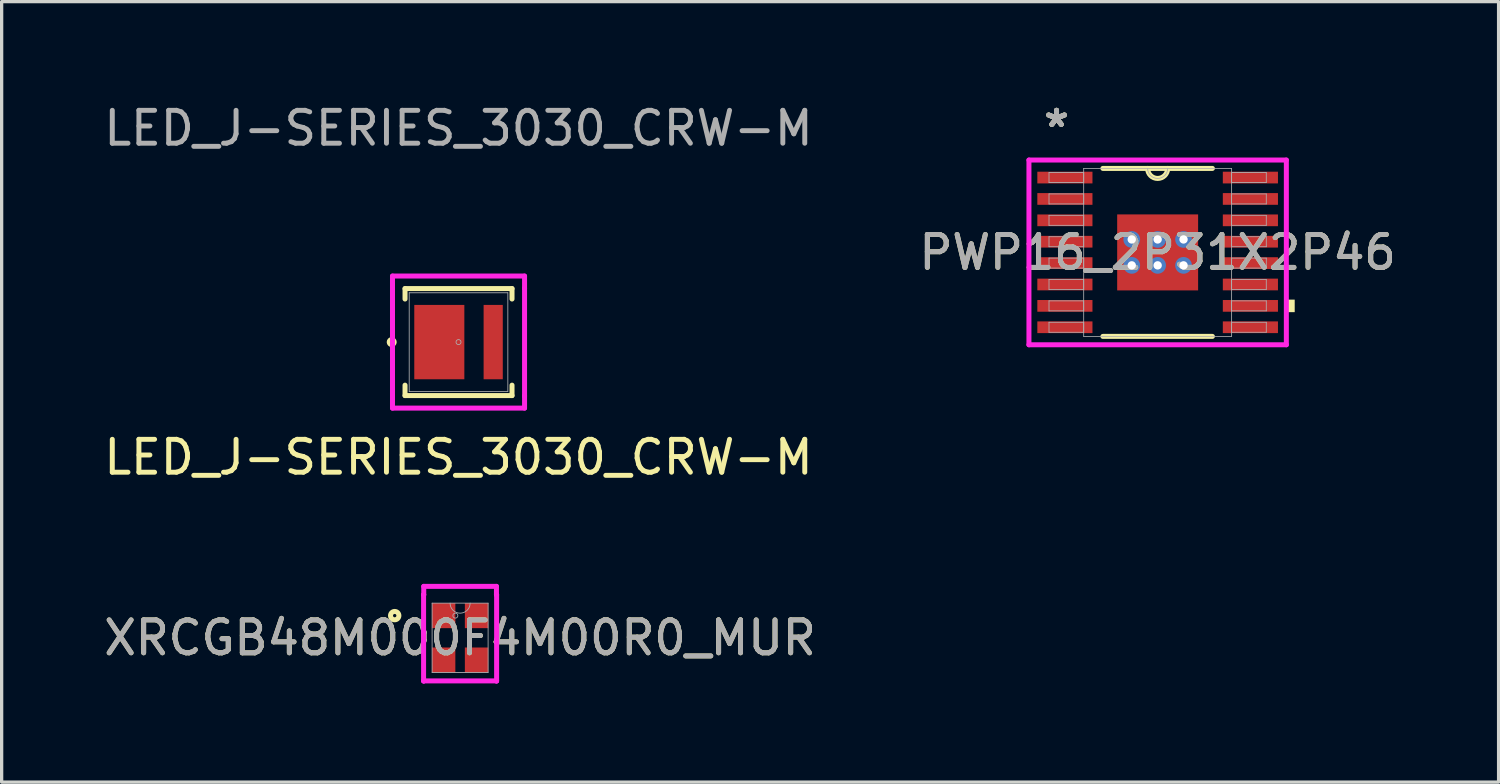
<source format=kicad_pcb>
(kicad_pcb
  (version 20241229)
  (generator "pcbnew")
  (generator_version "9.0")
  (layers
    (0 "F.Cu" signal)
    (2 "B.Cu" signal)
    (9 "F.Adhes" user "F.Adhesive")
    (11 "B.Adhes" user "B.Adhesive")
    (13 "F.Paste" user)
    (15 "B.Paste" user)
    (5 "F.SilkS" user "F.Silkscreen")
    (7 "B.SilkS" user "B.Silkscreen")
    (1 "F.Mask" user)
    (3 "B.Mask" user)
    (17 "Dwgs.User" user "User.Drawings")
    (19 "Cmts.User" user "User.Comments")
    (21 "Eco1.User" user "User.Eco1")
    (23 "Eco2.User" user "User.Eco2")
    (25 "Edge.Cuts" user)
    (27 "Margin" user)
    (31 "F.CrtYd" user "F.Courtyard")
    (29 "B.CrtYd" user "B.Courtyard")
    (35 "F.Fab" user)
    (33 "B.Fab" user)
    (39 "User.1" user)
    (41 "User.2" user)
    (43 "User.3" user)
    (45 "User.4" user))
  (footprint "XRCGB48M000F4M00R0_MUR"
    (layer "F.Cu")
    (at 10.935 16.337)
    (property "Reference" "XRCGB48M000F4M00R0_MUR" (at 0 0 0) (unlocked yes) (layer "F.SilkS") (effects (font (size 1 1) (thickness 0.15))))
    (attr smd)
    (fp_circle (center -1.988 -0.675) (end -1.861 -0.675) (stroke (width 0.152) (type solid)) (fill no) (layer "F.SilkS"))
    (fp_line (start -1.11 -1.31) (end -1.105 -1.31) (stroke (width 0.152) (type solid)) (layer "F.CrtYd"))
    (fp_line (start -1.11 1.31) (end -1.11 -1.31) (stroke (width 0.152) (type solid)) (layer "F.CrtYd"))
    (fp_line (start -1.11 1.31) (end -1.105 1.31) (stroke (width 0.152) (type solid)) (layer "F.CrtYd"))
    (fp_line (start -1.105 -1.564) (end 1.105 -1.564) (stroke (width 0.152) (type solid)) (layer "F.CrtYd"))
    (fp_line (start -1.105 -1.31) (end -1.105 -1.564) (stroke (width 0.152) (type solid)) (layer "F.CrtYd"))
    (fp_line (start -1.105 1.31) (end -1.105 1.31) (stroke (width 0.152) (type solid)) (layer "F.CrtYd"))
    (fp_line (start 1.105 -1.564) (end 1.105 -1.31) (stroke (width 0.152) (type solid)) (layer "F.CrtYd"))
    (fp_line (start 1.105 1.31) (end -1.105 1.31) (stroke (width 0.152) (type solid)) (layer "F.CrtYd"))
    (fp_line (start 1.105 1.31) (end 1.105 1.31) (stroke (width 0.152) (type solid)) (layer "F.CrtYd"))
    (fp_line (start 1.11 -1.31) (end 1.105 -1.31) (stroke (width 0.152) (type solid)) (layer "F.CrtYd"))
    (fp_line (start 1.11 -1.31) (end 1.11 1.31) (stroke (width 0.152) (type solid)) (layer "F.CrtYd"))
    (fp_line (start 1.11 1.31) (end 1.105 1.31) (stroke (width 0.152) (type solid)) (layer "F.CrtYd"))
    (fp_line (start -0.851 -1.054) (end -0.851 1.054) (stroke (width 0.025) (type solid)) (layer "F.Fab"))
    (fp_line (start -0.851 1.054) (end 0.851 1.054) (stroke (width 0.025) (type solid)) (layer "F.Fab"))
    (fp_line (start 0.851 -1.054) (end -0.851 -1.054) (stroke (width 0.025) (type solid)) (layer "F.Fab"))
    (fp_line (start 0.851 1.054) (end 0.851 -1.054) (stroke (width 0.025) (type solid)) (layer "F.Fab"))
    (fp_arc (start 0.3048 -1.0541) (mid 0 -0.7493) (end -0.3048 -1.0541) (stroke (width 0.0254) (type solid)) (layer "F.Fab"))
    (fp_circle (center -0.144 -0.675) (end -0.068 -0.675) (stroke (width 0.025) (type solid)) (fill no) (layer "F.Fab"))
    (fp_text user "${REFERENCE}" (at 0 0 0) (unlocked yes) (layer "F.Fab") (effects (font (size 1 1) (thickness 0.15))))
    (pad "1" smd rect (at -0.5 -0.675) (size 0.711 0.762) (layers "F.Cu" "F.Mask" "F.Paste"))
    (pad "2" smd rect (at -0.5 0.675) (size 0.711 0.762) (layers "F.Cu" "F.Mask" "F.Paste"))
    (pad "3" smd rect (at 0.5 0.675) (size 0.711 0.762) (layers "F.Cu" "F.Mask" "F.Paste"))
    (pad "4" smd rect (at 0.5 -0.675) (size 0.711 0.762) (layers "F.Cu" "F.Mask" "F.Paste")))
  (footprint "PWP16_2P31X2P46"
    (layer "F.Cu")
    (at 32.137 4.622)
    (property "Reference" "PWP16_2P31X2P46" (at 0 0 0) (unlocked yes) (layer "F.SilkS") (effects (font (size 1 1) (thickness 0.15))))
    (attr smd)
    (fp_poly (pts (xy -1.294 -1.218) (xy -0.987 -1.218) (xy -0.987 1.218) (xy -1.294 1.218)) (stroke (width 0) (type solid)) (fill yes) (layer "F.Mask"))
    (fp_poly (pts (xy -1.294 -1.218) (xy 1.294 -1.218) (xy 1.294 -0.594) (xy -1.294 -0.594)) (stroke (width 0) (type solid)) (fill yes) (layer "F.Mask"))
    (fp_poly (pts (xy -1.294 -0.194) (xy 1.294 -0.194) (xy 1.294 0.194) (xy -1.294 0.194)) (stroke (width 0) (type solid)) (fill yes) (layer "F.Mask"))
    (fp_poly (pts (xy -1.294 0.594) (xy 1.294 0.594) (xy 1.294 1.218) (xy -1.294 1.218)) (stroke (width 0) (type solid)) (fill yes) (layer "F.Mask"))
    (fp_poly (pts (xy -0.2 -1.218) (xy -0.587 -1.218) (xy -0.587 1.218) (xy -0.2 1.218)) (stroke (width 0) (type solid)) (fill yes) (layer "F.Mask"))
    (fp_poly (pts (xy 0.587 -1.218) (xy 0.2 -1.218) (xy 0.2 1.218) (xy 0.587 1.218)) (stroke (width 0) (type solid)) (fill yes) (layer "F.Mask"))
    (fp_poly (pts (xy 0.987 -1.218) (xy 1.294 -1.218) (xy 1.294 1.218) (xy 0.987 1.218)) (stroke (width 0) (type solid)) (fill yes) (layer "F.Mask"))
    (fp_line (start -1.664 2.553) (end 1.664 2.553) (stroke (width 0.152) (type solid)) (layer "F.SilkS"))
    (fp_line (start 1.664 -2.553) (end -1.664 -2.553) (stroke (width 0.152) (type solid)) (layer "F.SilkS"))
    (fp_arc (start 0.3048 -2.5527) (mid 0 -2.2479) (end -0.3048 -2.5527) (stroke (width 0.1524) (type solid)) (layer "F.SilkS"))
    (fp_poly (pts (xy 4.166 1.435) (xy 4.166 1.816) (xy 3.912 1.816) (xy 3.912 1.435)) (stroke (width 0) (type solid)) (fill yes) (layer "F.SilkS"))
    (fp_poly (pts (xy -1.155 -1.08) (xy -1.155 -0.494) (xy -1.029 -0.494) (xy -0.887 -0.635) (xy -0.887 -1.08)) (stroke (width 0) (type solid)) (fill yes) (layer "F.Paste"))
    (fp_poly (pts (xy -1.155 0.494) (xy -1.155 1.08) (xy -0.887 1.08) (xy -0.887 0.635) (xy -1.029 0.494)) (stroke (width 0) (type solid)) (fill yes) (layer "F.Paste"))
    (fp_poly (pts (xy 0.887 -1.08) (xy 0.887 -0.635) (xy 1.029 -0.494) (xy 1.155 -0.494) (xy 1.155 -1.08)) (stroke (width 0) (type solid)) (fill yes) (layer "F.Paste"))
    (fp_poly (pts (xy 1.029 0.494) (xy 0.887 0.635) (xy 0.887 1.08) (xy 1.155 1.08) (xy 1.155 0.494)) (stroke (width 0) (type solid)) (fill yes) (layer "F.Paste"))
    (fp_poly (pts (xy -1.155 -0.294) (xy -1.155 0.294) (xy -1.029 0.294) (xy -0.887 0.152) (xy -0.887 -0.152) (xy -1.029 -0.294)) (stroke (width 0) (type solid)) (fill yes) (layer "F.Paste"))
    (fp_poly (pts (xy -0.687 -1.08) (xy -0.687 -0.635) (xy -0.546 -0.494) (xy -0.241 -0.494) (xy -0.1 -0.635) (xy -0.1 -1.08)) (stroke (width 0) (type solid)) (fill yes) (layer "F.Paste"))
    (fp_poly (pts (xy -0.546 0.494) (xy -0.687 0.635) (xy -0.687 1.08) (xy -0.1 1.08) (xy -0.1 0.635) (xy -0.241 0.494)) (stroke (width 0) (type solid)) (fill yes) (layer "F.Paste"))
    (fp_poly (pts (xy 0.1 -1.08) (xy 0.1 -0.635) (xy 0.241 -0.494) (xy 0.546 -0.494) (xy 0.687 -0.635) (xy 0.687 -1.08)) (stroke (width 0) (type solid)) (fill yes) (layer "F.Paste"))
    (fp_poly (pts (xy 0.241 0.494) (xy 0.1 0.635) (xy 0.1 1.08) (xy 0.687 1.08) (xy 0.687 0.635) (xy 0.546 0.494)) (stroke (width 0) (type solid)) (fill yes) (layer "F.Paste"))
    (fp_poly (pts (xy 1.029 -0.294) (xy 0.887 -0.152) (xy 0.887 0.152) (xy 1.029 0.294) (xy 1.155 0.294) (xy 1.155 -0.294)) (stroke (width 0) (type solid)) (fill yes) (layer "F.Paste"))
    (fp_poly (pts (xy -0.546 -0.294) (xy -0.687 -0.152) (xy -0.687 0.152) (xy -0.546 0.294) (xy -0.241 0.294) (xy -0.1 0.152) (xy -0.1 -0.152) (xy -0.241 -0.294)) (stroke (width 0) (type solid)) (fill yes) (layer "F.Paste"))
    (fp_poly (pts (xy 0.241 -0.294) (xy 0.1 -0.152) (xy 0.1 0.152) (xy 0.241 0.294) (xy 0.546 0.294) (xy 0.687 0.152) (xy 0.687 -0.152) (xy 0.546 -0.294)) (stroke (width 0) (type solid)) (fill yes) (layer "F.Paste"))
    (fp_line (start -3.912 -2.807) (end 3.912 -2.807) (stroke (width 0.152) (type solid)) (layer "F.CrtYd"))
    (fp_line (start -3.912 2.807) (end -3.912 -2.807) (stroke (width 0.152) (type solid)) (layer "F.CrtYd"))
    (fp_line (start 3.912 -2.807) (end 3.912 2.807) (stroke (width 0.152) (type solid)) (layer "F.CrtYd"))
    (fp_line (start 3.912 2.807) (end -3.912 2.807) (stroke (width 0.152) (type solid)) (layer "F.CrtYd"))
    (fp_line (start -3.302 -2.427) (end -3.302 -2.123) (stroke (width 0.025) (type solid)) (layer "F.Fab"))
    (fp_line (start -3.302 -2.123) (end -2.248 -2.123) (stroke (width 0.025) (type solid)) (layer "F.Fab"))
    (fp_line (start -3.302 -1.777) (end -3.302 -1.473) (stroke (width 0.025) (type solid)) (layer "F.Fab"))
    (fp_line (start -3.302 -1.473) (end -2.248 -1.473) (stroke (width 0.025) (type solid)) (layer "F.Fab"))
    (fp_line (start -3.302 -1.127) (end -3.302 -0.823) (stroke (width 0.025) (type solid)) (layer "F.Fab"))
    (fp_line (start -3.302 -0.823) (end -2.248 -0.823) (stroke (width 0.025) (type solid)) (layer "F.Fab"))
    (fp_line (start -3.302 -0.477) (end -3.302 -0.173) (stroke (width 0.025) (type solid)) (layer "F.Fab"))
    (fp_line (start -3.302 -0.173) (end -2.248 -0.173) (stroke (width 0.025) (type solid)) (layer "F.Fab"))
    (fp_line (start -3.302 0.173) (end -3.302 0.477) (stroke (width 0.025) (type solid)) (layer "F.Fab"))
    (fp_line (start -3.302 0.477) (end -2.248 0.477) (stroke (width 0.025) (type solid)) (layer "F.Fab"))
    (fp_line (start -3.302 0.823) (end -3.302 1.127) (stroke (width 0.025) (type solid)) (layer "F.Fab"))
    (fp_line (start -3.302 1.127) (end -2.248 1.127) (stroke (width 0.025) (type solid)) (layer "F.Fab"))
    (fp_line (start -3.302 1.473) (end -3.302 1.777) (stroke (width 0.025) (type solid)) (layer "F.Fab"))
    (fp_line (start -3.302 1.777) (end -2.248 1.777) (stroke (width 0.025) (type solid)) (layer "F.Fab"))
    (fp_line (start -3.302 2.123) (end -3.302 2.427) (stroke (width 0.025) (type solid)) (layer "F.Fab"))
    (fp_line (start -3.302 2.427) (end -2.248 2.427) (stroke (width 0.025) (type solid)) (layer "F.Fab"))
    (fp_line (start -2.248 -2.553) (end -2.248 2.553) (stroke (width 0.025) (type solid)) (layer "F.Fab"))
    (fp_line (start -2.248 -2.427) (end -3.302 -2.427) (stroke (width 0.025) (type solid)) (layer "F.Fab"))
    (fp_line (start -2.248 -2.123) (end -2.248 -2.427) (stroke (width 0.025) (type solid)) (layer "F.Fab"))
    (fp_line (start -2.248 -1.777) (end -3.302 -1.777) (stroke (width 0.025) (type solid)) (layer "F.Fab"))
    (fp_line (start -2.248 -1.473) (end -2.248 -1.777) (stroke (width 0.025) (type solid)) (layer "F.Fab"))
    (fp_line (start -2.248 -1.127) (end -3.302 -1.127) (stroke (width 0.025) (type solid)) (layer "F.Fab"))
    (fp_line (start -2.248 -0.823) (end -2.248 -1.127) (stroke (width 0.025) (type solid)) (layer "F.Fab"))
    (fp_line (start -2.248 -0.477) (end -3.302 -0.477) (stroke (width 0.025) (type solid)) (layer "F.Fab"))
    (fp_line (start -2.248 -0.173) (end -2.248 -0.477) (stroke (width 0.025) (type solid)) (layer "F.Fab"))
    (fp_line (start -2.248 0.173) (end -3.302 0.173) (stroke (width 0.025) (type solid)) (layer "F.Fab"))
    (fp_line (start -2.248 0.477) (end -2.248 0.173) (stroke (width 0.025) (type solid)) (layer "F.Fab"))
    (fp_line (start -2.248 0.823) (end -3.302 0.823) (stroke (width 0.025) (type solid)) (layer "F.Fab"))
    (fp_line (start -2.248 1.127) (end -2.248 0.823) (stroke (width 0.025) (type solid)) (layer "F.Fab"))
    (fp_line (start -2.248 1.473) (end -3.302 1.473) (stroke (width 0.025) (type solid)) (layer "F.Fab"))
    (fp_line (start -2.248 1.777) (end -2.248 1.473) (stroke (width 0.025) (type solid)) (layer "F.Fab"))
    (fp_line (start -2.248 2.123) (end -3.302 2.123) (stroke (width 0.025) (type solid)) (layer "F.Fab"))
    (fp_line (start -2.248 2.427) (end -2.248 2.123) (stroke (width 0.025) (type solid)) (layer "F.Fab"))
    (fp_line (start -2.248 2.553) (end 2.248 2.553) (stroke (width 0.025) (type solid)) (layer "F.Fab"))
    (fp_line (start 2.248 -2.553) (end -2.248 -2.553) (stroke (width 0.025) (type solid)) (layer "F.Fab"))
    (fp_line (start 2.248 -2.427) (end 2.248 -2.123) (stroke (width 0.025) (type solid)) (layer "F.Fab"))
    (fp_line (start 2.248 -2.123) (end 3.302 -2.123) (stroke (width 0.025) (type solid)) (layer "F.Fab"))
    (fp_line (start 2.248 -1.777) (end 2.248 -1.473) (stroke (width 0.025) (type solid)) (layer "F.Fab"))
    (fp_line (start 2.248 -1.473) (end 3.302 -1.473) (stroke (width 0.025) (type solid)) (layer "F.Fab"))
    (fp_line (start 2.248 -1.127) (end 2.248 -0.823) (stroke (width 0.025) (type solid)) (layer "F.Fab"))
    (fp_line (start 2.248 -0.823) (end 3.302 -0.823) (stroke (width 0.025) (type solid)) (layer "F.Fab"))
    (fp_line (start 2.248 -0.477) (end 2.248 -0.173) (stroke (width 0.025) (type solid)) (layer "F.Fab"))
    (fp_line (start 2.248 -0.173) (end 3.302 -0.173) (stroke (width 0.025) (type solid)) (layer "F.Fab"))
    (fp_line (start 2.248 0.173) (end 2.248 0.477) (stroke (width 0.025) (type solid)) (layer "F.Fab"))
    (fp_line (start 2.248 0.477) (end 3.302 0.477) (stroke (width 0.025) (type solid)) (layer "F.Fab"))
    (fp_line (start 2.248 0.823) (end 2.248 1.127) (stroke (width 0.025) (type solid)) (layer "F.Fab"))
    (fp_line (start 2.248 1.127) (end 3.302 1.127) (stroke (width 0.025) (type solid)) (layer "F.Fab"))
    (fp_line (start 2.248 1.473) (end 2.248 1.777) (stroke (width 0.025) (type solid)) (layer "F.Fab"))
    (fp_line (start 2.248 1.777) (end 3.302 1.777) (stroke (width 0.025) (type solid)) (layer "F.Fab"))
    (fp_line (start 2.248 2.123) (end 2.248 2.427) (stroke (width 0.025) (type solid)) (layer "F.Fab"))
    (fp_line (start 2.248 2.427) (end 3.302 2.427) (stroke (width 0.025) (type solid)) (layer "F.Fab"))
    (fp_line (start 2.248 2.553) (end 2.248 -2.553) (stroke (width 0.025) (type solid)) (layer "F.Fab"))
    (fp_line (start 3.302 -2.427) (end 2.248 -2.427) (stroke (width 0.025) (type solid)) (layer "F.Fab"))
    (fp_line (start 3.302 -2.123) (end 3.302 -2.427) (stroke (width 0.025) (type solid)) (layer "F.Fab"))
    (fp_line (start 3.302 -1.777) (end 2.248 -1.777) (stroke (width 0.025) (type solid)) (layer "F.Fab"))
    (fp_line (start 3.302 -1.473) (end 3.302 -1.777) (stroke (width 0.025) (type solid)) (layer "F.Fab"))
    (fp_line (start 3.302 -1.127) (end 2.248 -1.127) (stroke (width 0.025) (type solid)) (layer "F.Fab"))
    (fp_line (start 3.302 -0.823) (end 3.302 -1.127) (stroke (width 0.025) (type solid)) (layer "F.Fab"))
    (fp_line (start 3.302 -0.477) (end 2.248 -0.477) (stroke (width 0.025) (type solid)) (layer "F.Fab"))
    (fp_line (start 3.302 -0.173) (end 3.302 -0.477) (stroke (width 0.025) (type solid)) (layer "F.Fab"))
    (fp_line (start 3.302 0.173) (end 2.248 0.173) (stroke (width 0.025) (type solid)) (layer "F.Fab"))
    (fp_line (start 3.302 0.477) (end 3.302 0.173) (stroke (width 0.025) (type solid)) (layer "F.Fab"))
    (fp_line (start 3.302 0.823) (end 2.248 0.823) (stroke (width 0.025) (type solid)) (layer "F.Fab"))
    (fp_line (start 3.302 1.127) (end 3.302 0.823) (stroke (width 0.025) (type solid)) (layer "F.Fab"))
    (fp_line (start 3.302 1.473) (end 2.248 1.473) (stroke (width 0.025) (type solid)) (layer "F.Fab"))
    (fp_line (start 3.302 1.777) (end 3.302 1.473) (stroke (width 0.025) (type solid)) (layer "F.Fab"))
    (fp_line (start 3.302 2.123) (end 2.248 2.123) (stroke (width 0.025) (type solid)) (layer "F.Fab"))
    (fp_line (start 3.302 2.427) (end 3.302 2.123) (stroke (width 0.025) (type solid)) (layer "F.Fab"))
    (fp_arc (start 0.3048 -2.5527) (mid 0 -2.2479) (end -0.3048 -2.5527) (stroke (width 0.0254) (type solid)) (layer "F.Fab"))
    (fp_text user "*" (at -3.073 -3.774 0) (unlocked yes) (layer "F.SilkS") (effects (font (size 1 1) (thickness 0.15))))
    (fp_text user "*" (at -3.073 -3.774 0) (layer "F.SilkS") (effects (font (size 1 1) (thickness 0.15))))
    (fp_text user "${REFERENCE}" (at 0 0 0) (unlocked yes) (layer "F.Fab") (effects (font (size 1 1) (thickness 0.15))))
    (fp_text user "*" (at -3.073 -3.774 0) (layer "F.Fab") (effects (font (size 1 1) (thickness 0.15))))
    (fp_text user "*" (at -3.073 -3.774 0) (unlocked yes) (layer "F.Fab") (effects (font (size 1 1) (thickness 0.15))))
    (pad "1" smd rect (at -2.819 -2.275) (size 1.676 0.356) (layers "F.Cu" "F.Mask" "F.Paste"))
    (pad "2" smd rect (at -2.819 -1.625) (size 1.676 0.356) (layers "F.Cu" "F.Mask" "F.Paste"))
    (pad "3" smd rect (at -2.819 -0.975) (size 1.676 0.356) (layers "F.Cu" "F.Mask" "F.Paste"))
    (pad "4" smd rect (at -2.819 -0.325) (size 1.676 0.356) (layers "F.Cu" "F.Mask" "F.Paste"))
    (pad "5" smd rect (at -2.819 0.325) (size 1.676 0.356) (layers "F.Cu" "F.Mask" "F.Paste"))
    (pad "6" smd rect (at -2.819 0.975) (size 1.676 0.356) (layers "F.Cu" "F.Mask" "F.Paste"))
    (pad "7" smd rect (at -2.819 1.625) (size 1.676 0.356) (layers "F.Cu" "F.Mask" "F.Paste"))
    (pad "8" smd rect (at -2.819 2.275) (size 1.676 0.356) (layers "F.Cu" "F.Mask" "F.Paste"))
    (pad "9" smd rect (at 2.819 2.275) (size 1.676 0.356) (layers "F.Cu" "F.Mask" "F.Paste"))
    (pad "10" smd rect (at 2.819 1.625) (size 1.676 0.356) (layers "F.Cu" "F.Mask" "F.Paste"))
    (pad "11" smd rect (at 2.819 0.975) (size 1.676 0.356) (layers "F.Cu" "F.Mask" "F.Paste"))
    (pad "12" smd rect (at 2.819 0.325) (size 1.676 0.356) (layers "F.Cu" "F.Mask" "F.Paste"))
    (pad "13" smd rect (at 2.819 -0.325) (size 1.676 0.356) (layers "F.Cu" "F.Mask" "F.Paste"))
    (pad "14" smd rect (at 2.819 -0.975) (size 1.676 0.356) (layers "F.Cu" "F.Mask" "F.Paste"))
    (pad "15" smd rect (at 2.819 -1.625) (size 1.676 0.356) (layers "F.Cu" "F.Mask" "F.Paste"))
    (pad "16" smd rect (at 2.819 -2.275) (size 1.676 0.356) (layers "F.Cu" "F.Mask" "F.Paste"))
    (pad "EPAD" smd rect (at 0 0) (size 2.46 2.31) (layers "F.Cu"))
    (pad "V" thru_hole circle (at -0.787 -0.394) (size 0.508 0.508) (drill 0.254) (layers "*.Cu" "*.Mask"))
    (pad "V" thru_hole circle (at -0.787 0.394) (size 0.508 0.508) (drill 0.254) (layers "*.Cu" "*.Mask"))
    (pad "V" thru_hole circle (at 0 -0.394) (size 0.508 0.508) (drill 0.254) (layers "*.Cu" "*.Mask"))
    (pad "V" thru_hole circle (at 0 0.394) (size 0.508 0.508) (drill 0.254) (layers "*.Cu" "*.Mask"))
    (pad "V" thru_hole circle (at 0.787 -0.394) (size 0.508 0.508) (drill 0.254) (layers "*.Cu" "*.Mask"))
    (pad "V" thru_hole circle (at 0.787 0.394) (size 0.508 0.508) (drill 0.254) (layers "*.Cu" "*.Mask")))
  (footprint "LED_J-SERIES_3030_CRW-M"
    (layer "F.Cu")
    (at 10.887 7.348)
    (property "Reference" "LED_J-SERIES_3030_CRW-M" (at 0 3.5 0) (unlocked yes) (layer "F.SilkS") (effects (font (size 1 1) (thickness 0.15))))
    (attr smd)
    (fp_line (start -1.626 -1.626) (end -1.626 -1.309) (stroke (width 0.152) (type solid)) (layer "F.SilkS"))
    (fp_line (start -1.626 1.309) (end -1.626 1.626) (stroke (width 0.152) (type solid)) (layer "F.SilkS"))
    (fp_line (start -1.626 1.626) (end 1.626 1.626) (stroke (width 0.152) (type solid)) (layer "F.SilkS"))
    (fp_line (start 1.626 -1.626) (end -1.626 -1.626) (stroke (width 0.152) (type solid)) (layer "F.SilkS"))
    (fp_line (start 1.626 -1.309) (end 1.626 -1.626) (stroke (width 0.152) (type solid)) (layer "F.SilkS"))
    (fp_line (start 1.626 1.626) (end 1.626 1.309) (stroke (width 0.152) (type solid)) (layer "F.SilkS"))
    (fp_circle (center -2.031 0) (end -1.955 0) (stroke (width 0.152) (type solid)) (fill no) (layer "F.SilkS"))
    (fp_line (start -2.007 -2.007) (end 2.007 -2.007) (stroke (width 0.152) (type solid)) (layer "F.CrtYd"))
    (fp_line (start -2.007 -1.638) (end -2.007 -2.007) (stroke (width 0.152) (type solid)) (layer "F.CrtYd"))
    (fp_line (start -2.007 -1.638) (end -2.007 -1.638) (stroke (width 0.152) (type solid)) (layer "F.CrtYd"))
    (fp_line (start -2.007 1.638) (end -2.007 -1.638) (stroke (width 0.152) (type solid)) (layer "F.CrtYd"))
    (fp_line (start -2.007 1.638) (end -2.007 1.638) (stroke (width 0.152) (type solid)) (layer "F.CrtYd"))
    (fp_line (start -2.007 2.007) (end -2.007 1.638) (stroke (width 0.152) (type solid)) (layer "F.CrtYd"))
    (fp_line (start 2.007 -2.007) (end 2.007 -1.638) (stroke (width 0.152) (type solid)) (layer "F.CrtYd"))
    (fp_line (start 2.007 -1.638) (end 2.007 -1.638) (stroke (width 0.152) (type solid)) (layer "F.CrtYd"))
    (fp_line (start 2.007 -1.638) (end 2.007 1.638) (stroke (width 0.152) (type solid)) (layer "F.CrtYd"))
    (fp_line (start 2.007 1.638) (end 2.007 1.638) (stroke (width 0.152) (type solid)) (layer "F.CrtYd"))
    (fp_line (start 2.007 1.638) (end 2.007 2.007) (stroke (width 0.152) (type solid)) (layer "F.CrtYd"))
    (fp_line (start 2.007 2.007) (end -2.007 2.007) (stroke (width 0.152) (type solid)) (layer "F.CrtYd"))
    (fp_line (start -1.499 -1.499) (end -1.499 1.499) (stroke (width 0.025) (type solid)) (layer "F.Fab"))
    (fp_line (start -1.499 1.499) (end 1.499 1.499) (stroke (width 0.025) (type solid)) (layer "F.Fab"))
    (fp_line (start 1.499 -1.499) (end -1.499 -1.499) (stroke (width 0.025) (type solid)) (layer "F.Fab"))
    (fp_line (start 1.499 1.499) (end 1.499 -1.499) (stroke (width 0.025) (type solid)) (layer "F.Fab"))
    (fp_circle (center 0 0) (end 0.076 0) (stroke (width 0.025) (type solid)) (fill no) (layer "F.Fab"))
    (fp_text user "${REFERENCE}" (at 0 -6.5 0) (unlocked yes) (layer "F.Fab") (effects (font (size 1 1) (thickness 0.15))))
    (pad "1" smd rect (at -0.584 0) (size 1.522 2.26) (layers "F.Cu" "F.Mask" "F.Paste"))
    (pad "2" smd rect (at 1.054 0) (size 0.583 2.26) (layers "F.Cu" "F.Mask" "F.Paste")))
  (gr_rect
    (start -3 -3)
    (end 42.5 20.723)
    (stroke (width 0.1) (type default))
    (fill no)
    (layer "Edge.Cuts")))
</source>
